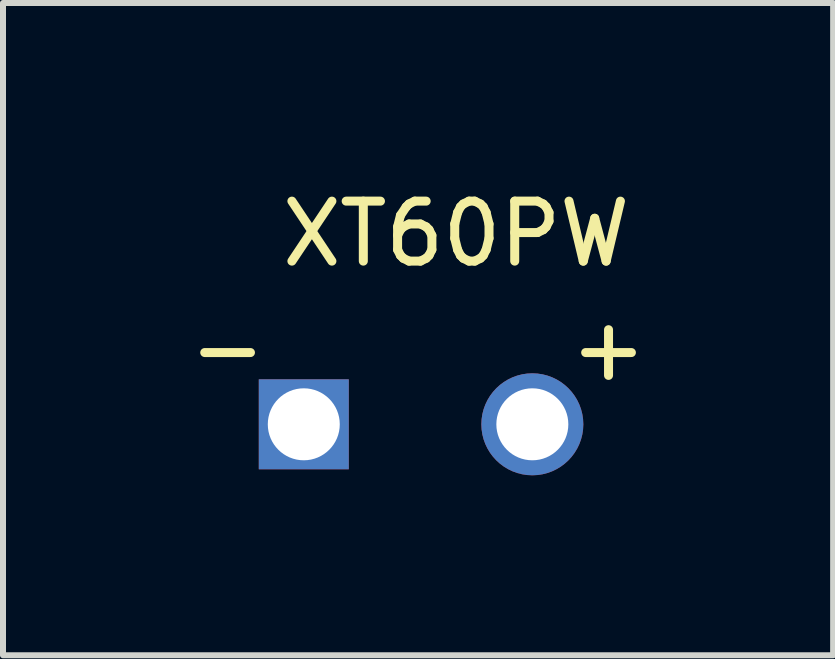
<source format=kicad_pcb>
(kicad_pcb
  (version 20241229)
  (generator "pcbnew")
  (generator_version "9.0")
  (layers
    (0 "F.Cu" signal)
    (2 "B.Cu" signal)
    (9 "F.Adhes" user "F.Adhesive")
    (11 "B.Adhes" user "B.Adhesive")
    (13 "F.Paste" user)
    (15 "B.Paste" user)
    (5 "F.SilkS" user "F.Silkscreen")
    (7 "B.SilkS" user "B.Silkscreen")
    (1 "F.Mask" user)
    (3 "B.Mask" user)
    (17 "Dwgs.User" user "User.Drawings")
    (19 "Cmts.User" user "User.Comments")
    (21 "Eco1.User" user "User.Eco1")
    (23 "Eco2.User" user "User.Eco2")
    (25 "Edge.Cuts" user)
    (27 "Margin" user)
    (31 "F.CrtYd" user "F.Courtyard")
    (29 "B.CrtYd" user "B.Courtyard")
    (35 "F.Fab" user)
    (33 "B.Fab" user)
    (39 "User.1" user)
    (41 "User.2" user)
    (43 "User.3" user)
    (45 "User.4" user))
  (footprint "XT60PW"
    (layer "F.Cu")
    (at 4.554 1.483)
    (property "Reference" "XT60PW" (at 0 -0.635 0) (layer "F.SilkS") (effects (font (size 1 1) (thickness 0.15))))
    (attr through_hole)
    (fp_text user "+" (at 2.54 1.27 0) (layer "F.SilkS") (effects (font (size 1 1) (thickness 0.15))))
    (fp_text user "-" (at -3.81 1.27 0) (layer "F.SilkS") (effects (font (size 1 1) (thickness 0.15))))
    (pad "1" thru_hole rect (at -2.54 2.54) (size 1.5 1.5) (drill 1.2) (layers "*.Cu" "*.Mask"))
    (pad "2" thru_hole circle (at 1.27 2.54) (size 1.7 1.7) (drill 1.2) (layers "*.Cu" "*.Mask")))
  (gr_rect
    (start -3 -3)
    (end 10.838 7.873)
    (stroke (width 0.1) (type default))
    (fill no)
    (layer "Edge.Cuts")))
</source>
